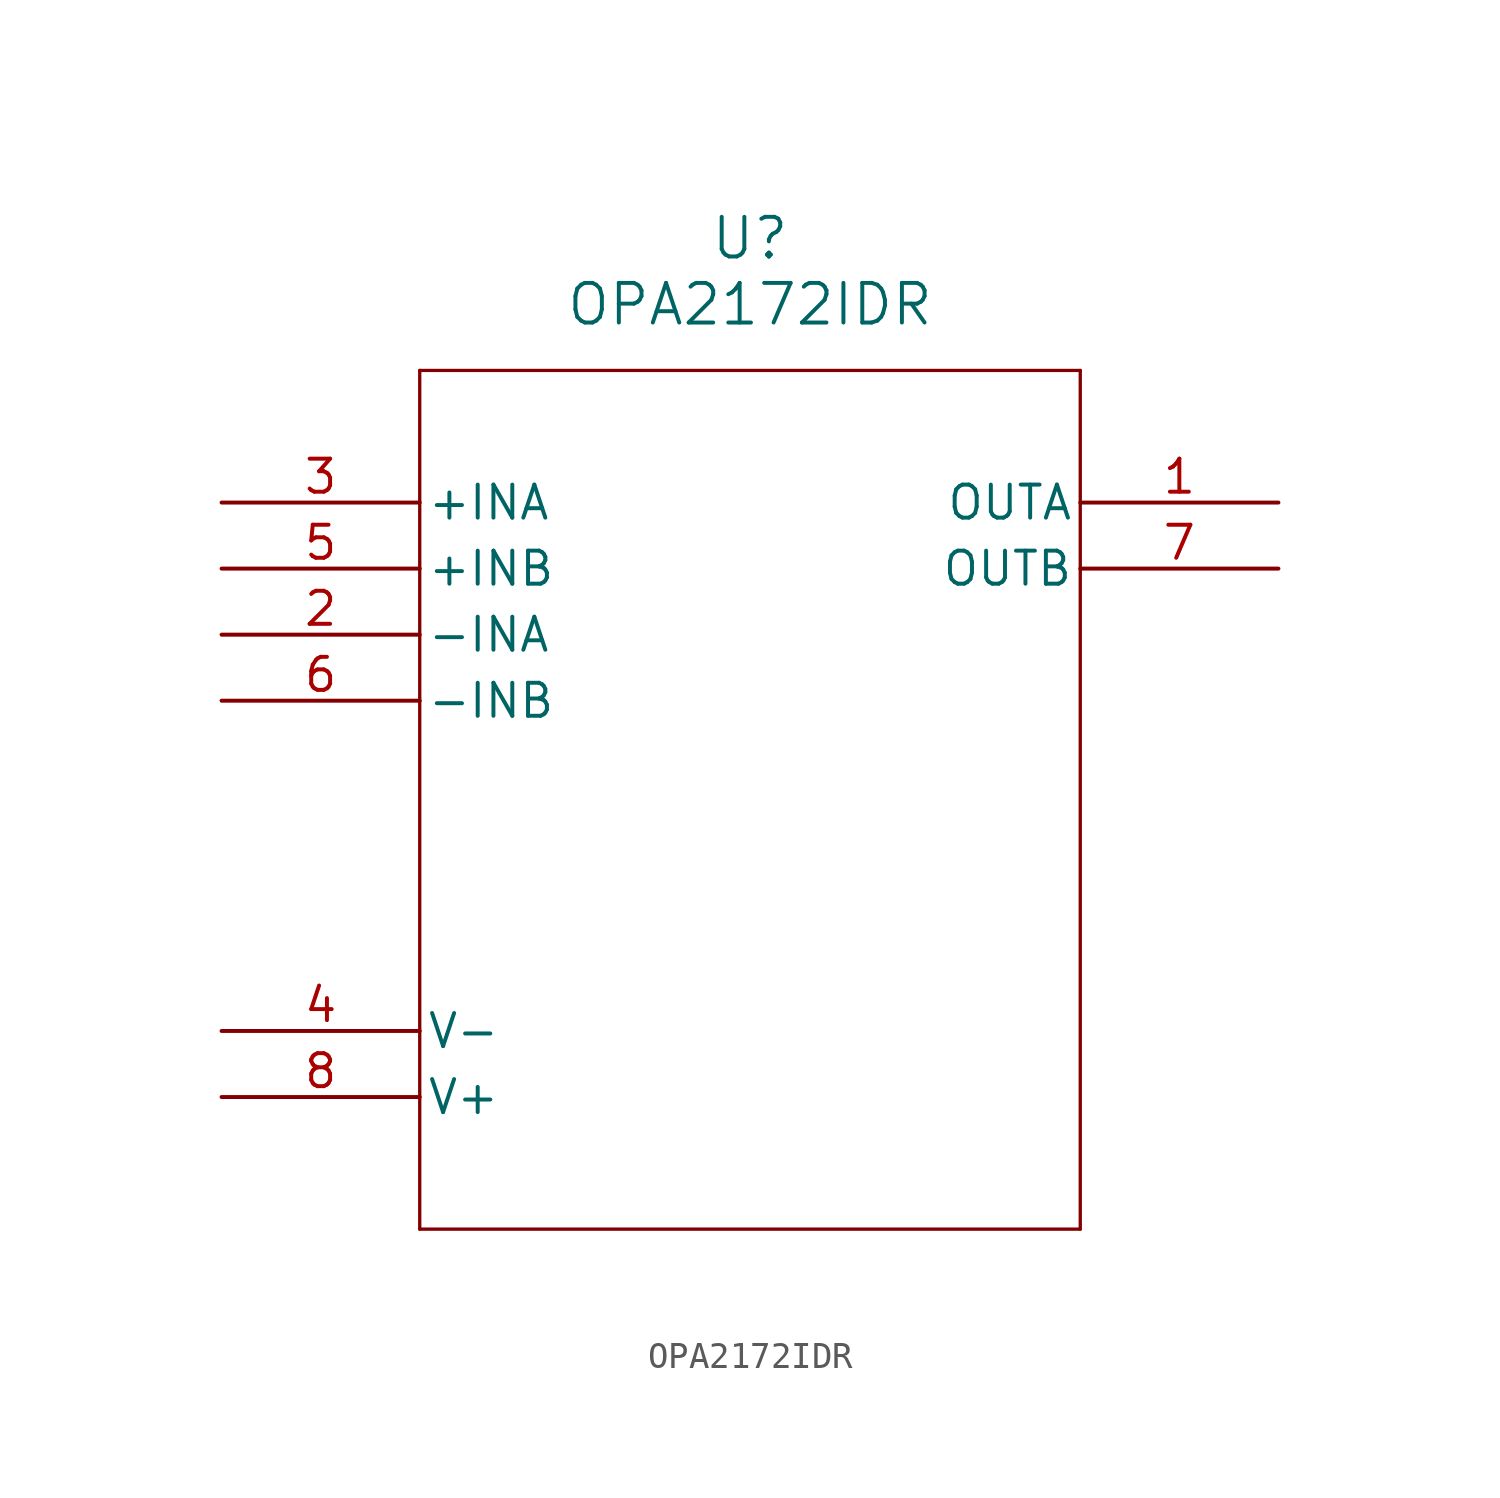
<source format=kicad_sym>
(kicad_symbol_lib
  (version 20211014)
  (generator kicad_symbol_editor)
  (symbol "OPA2172IDR"
    (pin_names
      (offset 0.254))
    (property "Reference" "U"
      (at 20.32 10.16 0)
      (effects (font (size 1.524 1.524))))
    (property "Value" "OPA2172IDR"
      (at 20.32 7.62 0)
      (effects (font (size 1.524 1.524))))
    (symbol "OPA2172IDR_0_1"
      (polyline (pts (xy 7.62 5.08) (xy 7.62 -27.94)) (stroke (width 0.127) (type default) (color 0 0 0 0)) (fill (type none)))
      (polyline (pts (xy 7.62 -27.94) (xy 33.02 -27.94)) (stroke (width 0.127) (type default) (color 0 0 0 0)) (fill (type none)))
      (polyline (pts (xy 33.02 -27.94) (xy 33.02 5.08)) (stroke (width 0.127) (type default) (color 0 0 0 0)) (fill (type none)))
      (polyline (pts (xy 33.02 5.08) (xy 7.62 5.08)) (stroke (width 0.127) (type default) (color 0 0 0 0)) (fill (type none)))
      (pin output line (at 40.64 0 180) (length 7.62) (name "OUTA" (effects (font (size 1.27 1.27)))) (number "1" (effects (font (size 1.27 1.27)))))
      (pin input line (at 0 -5.08 0) (length 7.62) (name "-INA" (effects (font (size 1.27 1.27)))) (number "2" (effects (font (size 1.27 1.27)))))
      (pin input line (at 0 0 0) (length 7.62) (name "+INA" (effects (font (size 1.27 1.27)))) (number "3" (effects (font (size 1.27 1.27)))))
      (pin power_in line (at 0 -20.32 0) (length 7.62) (name "V-" (effects (font (size 1.27 1.27)))) (number "4" (effects (font (size 1.27 1.27)))))
      (pin input line (at 0 -2.54 0) (length 7.62) (name "+INB" (effects (font (size 1.27 1.27)))) (number "5" (effects (font (size 1.27 1.27)))))
      (pin input line (at 0 -7.62 0) (length 7.62) (name "-INB" (effects (font (size 1.27 1.27)))) (number "6" (effects (font (size 1.27 1.27)))))
      (pin output line (at 40.64 -2.54 180) (length 7.62) (name "OUTB" (effects (font (size 1.27 1.27)))) (number "7" (effects (font (size 1.27 1.27)))))
      (pin power_in line (at 0 -22.86 0) (length 7.62) (name "V+" (effects (font (size 1.27 1.27)))) (number "8" (effects (font (size 1.27 1.27))))))))
</source>
